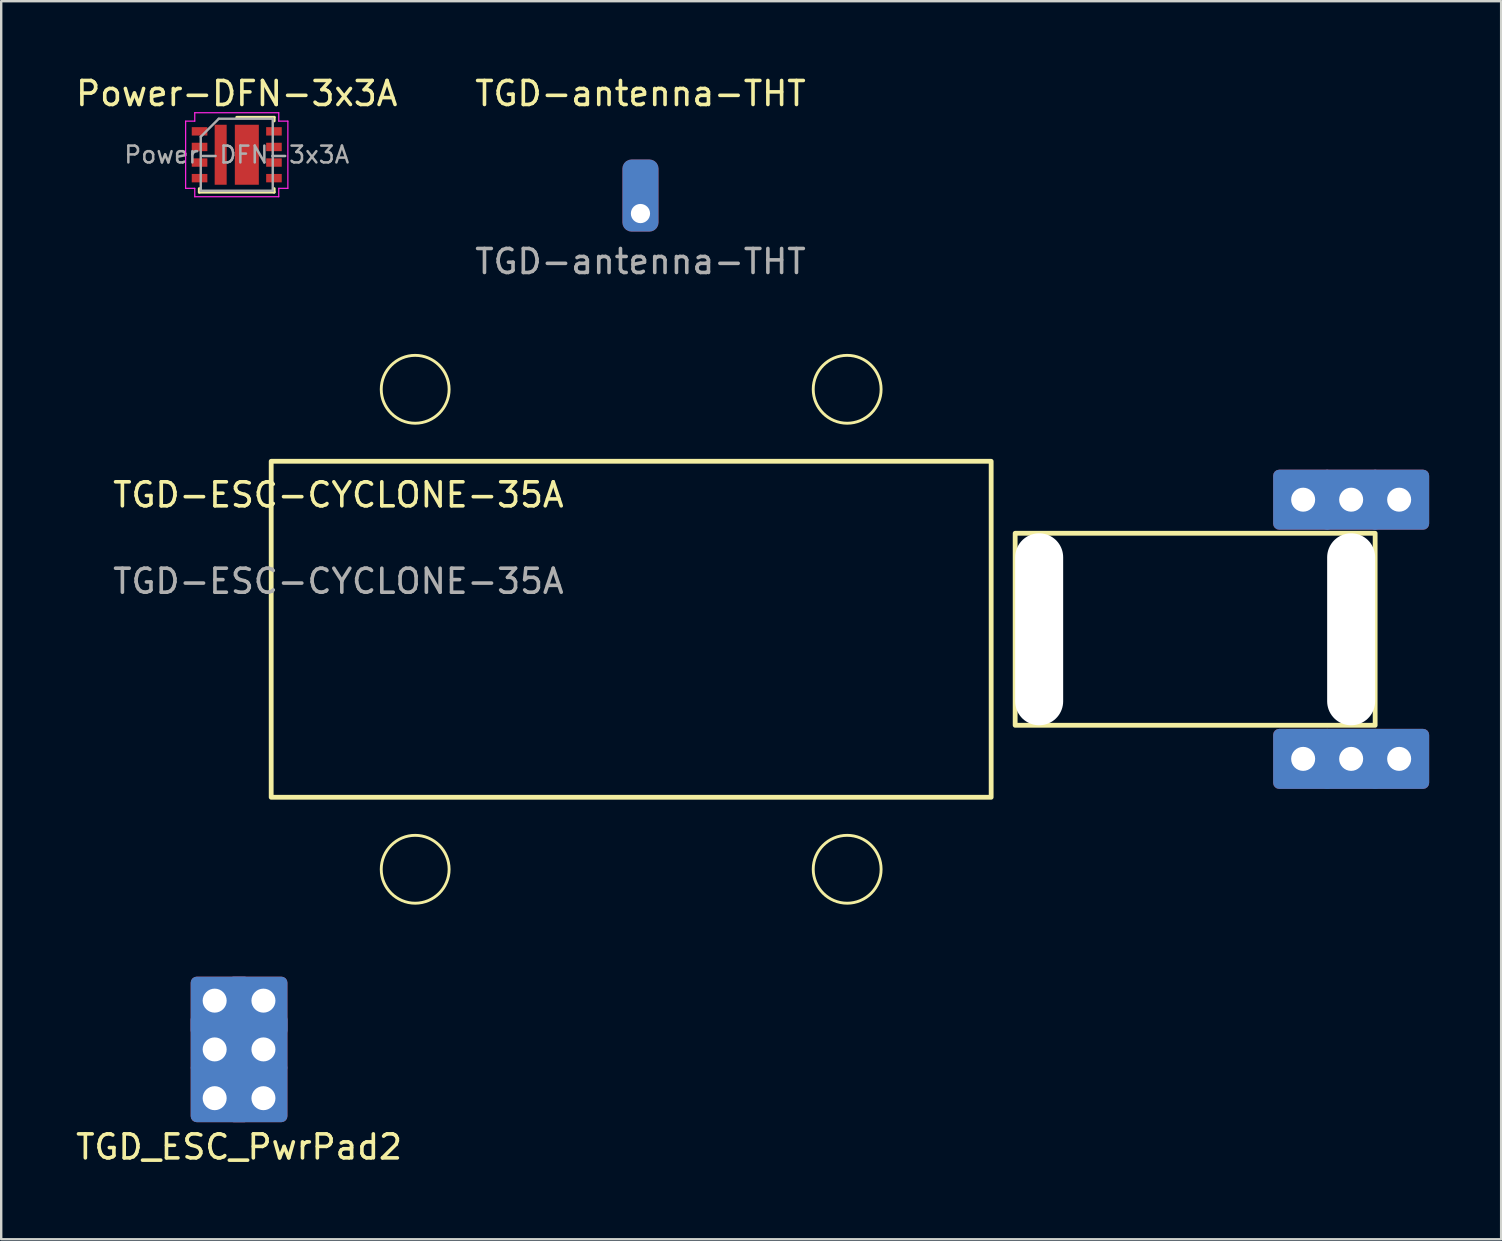
<source format=kicad_pcb>
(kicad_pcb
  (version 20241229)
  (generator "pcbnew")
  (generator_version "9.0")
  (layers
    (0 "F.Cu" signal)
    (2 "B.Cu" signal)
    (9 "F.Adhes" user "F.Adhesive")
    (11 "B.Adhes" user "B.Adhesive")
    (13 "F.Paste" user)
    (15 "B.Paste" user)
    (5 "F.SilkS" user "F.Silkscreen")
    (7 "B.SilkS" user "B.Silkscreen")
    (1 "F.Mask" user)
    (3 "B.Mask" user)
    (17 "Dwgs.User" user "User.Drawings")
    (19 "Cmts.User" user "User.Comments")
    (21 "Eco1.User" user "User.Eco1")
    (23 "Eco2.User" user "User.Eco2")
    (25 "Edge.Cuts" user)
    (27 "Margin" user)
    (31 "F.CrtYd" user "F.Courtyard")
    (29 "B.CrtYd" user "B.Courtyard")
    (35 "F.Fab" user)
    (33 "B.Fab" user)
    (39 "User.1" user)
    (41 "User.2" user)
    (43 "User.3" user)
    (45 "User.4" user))
  (footprint "TGD-antenna-THT"
    (layer "F.Cu")
    (at 23.637 5.848)
    (property "Reference" "TGD-antenna-THT" (at 0 -5 0) (unlocked yes) (layer "F.SilkS") (effects (font (size 1 1) (thickness 0.15))))
    (attr through_hole)
    (fp_text user "${REFERENCE}" (at 0 2 0) (unlocked yes) (layer "F.Fab") (effects (font (size 1 1) (thickness 0.15))))
    (pad "1" thru_hole roundrect (at 0 0) (size 1.5 3) (drill 0.8 (offset 0 -0.75)) (layers "*.Cu" "*.Mask") (roundrect_rratio 0.25)))
  (footprint "Power-DFN-3x3A"
    (layer "F.Cu")
    (at 6.815 3.398)
    (property "Reference" "Power-DFN-3x3A" (at 0 -2.55 0) (layer "F.SilkS") (effects (font (size 1 1) (thickness 0.15))))
    (attr smd)
    (fp_line (start -1.56 1.56) (end -1.56 1.41) (stroke (width 0.12) (type solid)) (layer "F.SilkS"))
    (fp_line (start -1.56 1.56) (end 1.56 1.56) (stroke (width 0.12) (type solid)) (layer "F.SilkS"))
    (fp_line (start 0 -1.56) (end 1.56 -1.56) (stroke (width 0.12) (type solid)) (layer "F.SilkS"))
    (fp_line (start 1.56 -1.56) (end 1.56 -1.41) (stroke (width 0.12) (type solid)) (layer "F.SilkS"))
    (fp_line (start 1.56 1.56) (end 1.56 1.41) (stroke (width 0.12) (type solid)) (layer "F.SilkS"))
    (fp_line (start -2.13 -1.4) (end -2.13 1.4) (stroke (width 0.05) (type solid)) (layer "F.CrtYd"))
    (fp_line (start -1.75 -1.75) (end -1.75 -1.4) (stroke (width 0.05) (type solid)) (layer "F.CrtYd"))
    (fp_line (start -1.75 -1.75) (end 1.75 -1.75) (stroke (width 0.05) (type solid)) (layer "F.CrtYd"))
    (fp_line (start -1.75 -1.4) (end -2.13 -1.4) (stroke (width 0.05) (type solid)) (layer "F.CrtYd"))
    (fp_line (start -1.75 1.4) (end -2.13 1.4) (stroke (width 0.05) (type solid)) (layer "F.CrtYd"))
    (fp_line (start -1.75 1.75) (end -1.75 1.4) (stroke (width 0.05) (type solid)) (layer "F.CrtYd"))
    (fp_line (start -1.75 1.75) (end 1.75 1.75) (stroke (width 0.05) (type solid)) (layer "F.CrtYd"))
    (fp_line (start 1.75 -1.75) (end 1.75 -1.4) (stroke (width 0.05) (type solid)) (layer "F.CrtYd"))
    (fp_line (start 1.75 -1.4) (end 2.13 -1.4) (stroke (width 0.05) (type solid)) (layer "F.CrtYd"))
    (fp_line (start 1.75 1.4) (end 2.13 1.4) (stroke (width 0.05) (type solid)) (layer "F.CrtYd"))
    (fp_line (start 1.75 1.75) (end 1.75 1.4) (stroke (width 0.05) (type solid)) (layer "F.CrtYd"))
    (fp_line (start 2.13 -1.4) (end 2.13 1.4) (stroke (width 0.05) (type solid)) (layer "F.CrtYd"))
    (fp_line (start -1.5 -0.75) (end -0.75 -1.5) (stroke (width 0.1) (type solid)) (layer "F.Fab"))
    (fp_line (start -1.5 1.5) (end -1.5 -0.75) (stroke (width 0.1) (type solid)) (layer "F.Fab"))
    (fp_line (start -0.75 -1.5) (end 1.5 -1.5) (stroke (width 0.1) (type solid)) (layer "F.Fab"))
    (fp_line (start 1.5 -1.5) (end 1.5 1.5) (stroke (width 0.1) (type solid)) (layer "F.Fab"))
    (fp_line (start 1.5 1.5) (end -1.5 1.5) (stroke (width 0.1) (type solid)) (layer "F.Fab"))
    (fp_text user "${REFERENCE}" (at 0 0 0) (layer "F.Fab") (effects (font (size 0.7 0.7) (thickness 0.105))))
    (pad "" smd rect (at -0.67 0) (size 0.5 2.3) (layers "F.Paste"))
    (pad "" smd rect (at 0.42 0) (size 1 2.3) (layers "F.Paste"))
    (pad "1" smd rect (at -1.55 -0.975) (size 0.65 0.35) (layers "F.Cu" "F.Mask" "F.Paste"))
    (pad "2" smd rect (at -1.55 -0.325) (size 0.65 0.35) (layers "F.Cu" "F.Mask" "F.Paste"))
    (pad "3" smd rect (at -1.55 0.325) (size 0.65 0.35) (layers "F.Cu" "F.Mask" "F.Paste"))
    (pad "4" smd rect (at -1.55 0.975) (size 0.65 0.35) (layers "F.Cu" "F.Mask" "F.Paste"))
    (pad "5" smd rect (at 1.55 0.975) (size 0.65 0.35) (layers "F.Cu" "F.Mask" "F.Paste"))
    (pad "6" smd rect (at 1.55 0.325) (size 0.65 0.35) (layers "F.Cu" "F.Mask" "F.Paste"))
    (pad "7" smd rect (at 1.55 -0.325) (size 0.65 0.35) (layers "F.Cu" "F.Mask" "F.Paste"))
    (pad "8" smd rect (at 1.55 -0.975) (size 0.65 0.35) (layers "F.Cu" "F.Mask" "F.Paste"))
    (pad "9" smd rect (at -0.67 0) (size 0.5 2.5) (layers "F.Cu" "F.Mask"))
    (pad "10" smd rect (at 0.42 0) (size 1 2.5) (layers "F.Cu" "F.Mask")))
  (footprint "TGD_ESC_PwrPad2"
    (layer "F.Cu")
    (at 6.911 40.677)
    (property "Reference" "TGD_ESC_PwrPad2" (at 0 4.064 0) (layer "F.SilkS") (effects (font (size 1 1) (thickness 0.15))))
    (attr through_hole)
    (pad "1" thru_hole roundrect (at -1.016 -2.032) (size 2.5 2.5) (drill 1 (offset 0.25 0.25)) (layers "*.Cu" "*.Mask") (roundrect_rratio 0.1))
    (pad "1" thru_hole roundrect (at -1.016 0 90) (size 2.5 2.5) (drill 1 (offset 0.25 0.25)) (layers "*.Cu" "*.Mask") (roundrect_rratio 0.1))
    (pad "1" thru_hole roundrect (at -1.016 2.032 90) (size 2.5 2.5) (drill 1 (offset 0.25 0.25)) (layers "*.Cu" "*.Mask") (roundrect_rratio 0.1))
    (pad "1" thru_hole roundrect (at 1.016 -2.032 270) (size 2.5 2.5) (drill 1 (offset 0.25 0.25)) (layers "*.Cu" "*.Mask") (roundrect_rratio 0.1))
    (pad "1" thru_hole roundrect (at 1.016 0 180) (size 2.5 2.5) (drill 1 (offset 0.25 0.25)) (layers "*.Cu" "*.Mask") (roundrect_rratio 0.1))
    (pad "1" thru_hole roundrect (at 1.016 2.032 180) (size 2.5 2.5) (drill 1 (offset 0.25 0.25)) (layers "*.Cu" "*.Mask") (roundrect_rratio 0.1)))
  (footprint "TGD-ESC-CYCLONE-35A"
    (layer "F.Cu")
    (at 0.25 23.171)
    (property "Reference" "TGD-ESC-CYCLONE-35A" (at 10.8 -5.6 0) (unlocked yes) (layer "F.SilkS") (effects (font (size 1 1) (thickness 0.15))))
    (attr through_hole)
    (fp_rect (start 8 -7) (end 38 7) (stroke (width 0.2) (type solid)) (fill no) (layer "F.SilkS"))
    (fp_rect (start 39 -4) (end 54 4) (stroke (width 0.2) (type solid)) (fill no) (layer "F.SilkS"))
    (fp_circle (center 14 -10) (end 13 -11) (stroke (width 0.12) (type solid)) (fill no) (layer "F.SilkS"))
    (fp_circle (center 14 10) (end 13 9) (stroke (width 0.12) (type solid)) (fill no) (layer "F.SilkS"))
    (fp_circle (center 32 -10) (end 31 -11) (stroke (width 0.12) (type solid)) (fill no) (layer "F.SilkS"))
    (fp_circle (center 32 10) (end 31 9) (stroke (width 0.12) (type solid)) (fill no) (layer "F.SilkS"))
    (fp_text user "${REFERENCE}" (at 10.8 -2 0) (unlocked yes) (layer "F.Fab") (effects (font (size 1 1) (thickness 0.15))))
    (pad "" np_thru_hole oval (at 40 0) (size 2 8) (drill oval 2 8) (layers "*.Cu" "F.Mask"))
    (pad "" np_thru_hole oval (at 53 0) (size 2 8) (drill oval 2 8) (layers "*.Cu" "F.Mask"))
    (pad "1" thru_hole roundrect (at 51 -5.4 90) (size 2.5 2.5) (drill 1) (layers "*.Cu" "*.Mask") (roundrect_rratio 0.1))
    (pad "1" thru_hole roundrect (at 53 -5.4 180) (size 2.5 2.5) (drill 1) (layers "*.Cu" "*.Mask") (roundrect_rratio 0.1))
    (pad "1" thru_hole roundrect (at 55 -5.4 180) (size 2.5 2.5) (drill 1) (layers "*.Cu" "*.Mask") (roundrect_rratio 0.1))
    (pad "2" thru_hole roundrect (at 51 5.4) (size 2.5 2.5) (drill 1) (layers "*.Cu" "*.Mask") (roundrect_rratio 0.1))
    (pad "2" thru_hole roundrect (at 53 5.4 270) (size 2.5 2.5) (drill 1) (layers "*.Cu" "*.Mask") (roundrect_rratio 0.1))
    (pad "2" thru_hole roundrect (at 55 5.4 270) (size 2.5 2.5) (drill 1) (layers "*.Cu" "*.Mask") (roundrect_rratio 0.1))
    (zone (net_name "") (layers "F.Cu" "B.Cu") (hatch edge 0.508) (connect_pads) (min_thickness 0.254) (filled_areas_thickness no) (keepout (tracks not_allowed) (vias not_allowed) (pads allowed) (copperpour not_allowed) (footprints allowed)) (placement (enabled no)) (fill) (polygon (pts (xy 56.25 28.171) (xy 37.25 28.171) (xy 37.25 18.171) (xy 56.25 18.171)))))
  (gr_rect
    (start -3 -3)
    (end 59.5 48.589)
    (stroke (width 0.1) (type default))
    (fill no)
    (layer "Edge.Cuts")))
</source>
